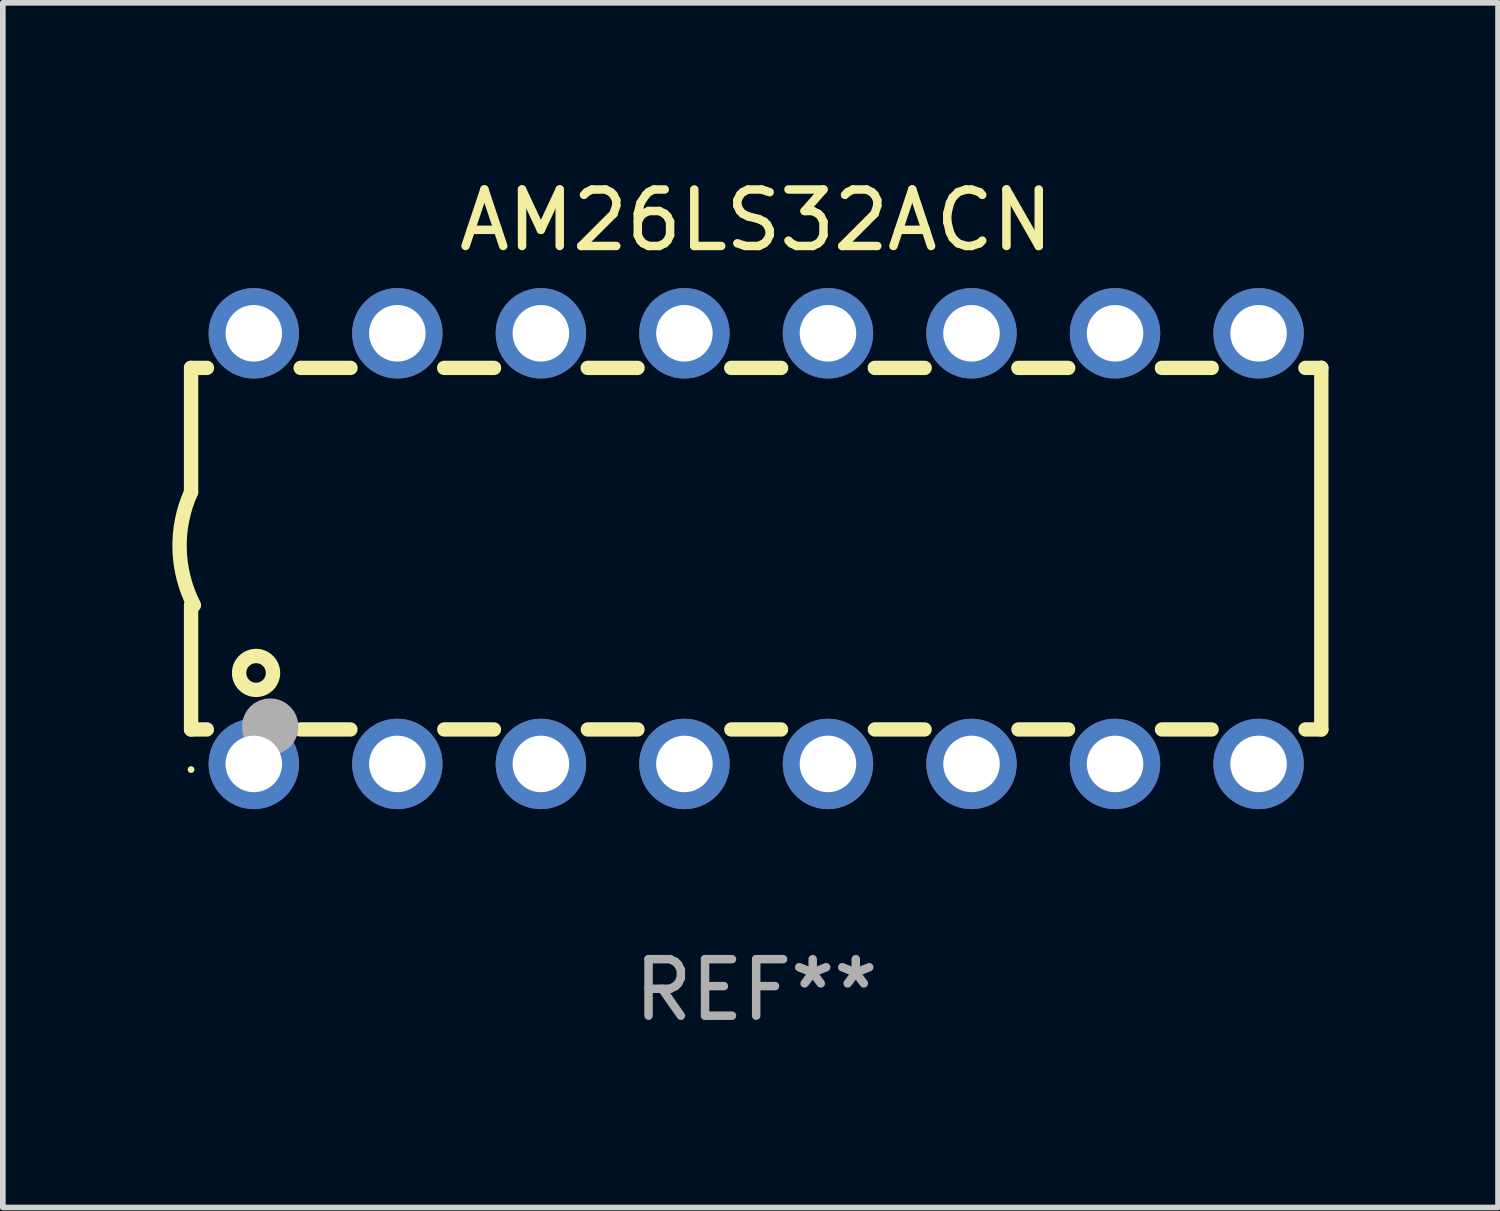
<source format=kicad_pcb>
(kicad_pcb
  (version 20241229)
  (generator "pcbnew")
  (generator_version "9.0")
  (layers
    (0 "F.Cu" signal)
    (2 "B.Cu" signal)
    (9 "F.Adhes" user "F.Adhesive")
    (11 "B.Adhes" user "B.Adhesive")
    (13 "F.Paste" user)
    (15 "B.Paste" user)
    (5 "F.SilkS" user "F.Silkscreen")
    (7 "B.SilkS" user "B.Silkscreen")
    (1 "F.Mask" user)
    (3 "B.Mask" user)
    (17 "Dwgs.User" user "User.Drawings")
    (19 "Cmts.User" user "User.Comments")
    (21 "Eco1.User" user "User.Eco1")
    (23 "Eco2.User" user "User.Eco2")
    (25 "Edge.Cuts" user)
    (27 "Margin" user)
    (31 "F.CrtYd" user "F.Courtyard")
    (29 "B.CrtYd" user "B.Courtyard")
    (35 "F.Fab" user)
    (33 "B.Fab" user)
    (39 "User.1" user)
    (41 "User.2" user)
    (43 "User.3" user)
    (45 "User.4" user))
  (footprint "AM26LS32ACN"
    (layer "F.Cu")
    (at 10.331 6.658)
    (property "Reference" "AM26LS32ACN" (at 0 -5.81 0) (layer "F.SilkS") (effects (font (size 1 1) (thickness 0.15))))
    (attr through_hole)
    (fp_line (start -10 -3.198) (end -9.719 -3.198) (stroke (width 0.254) (type solid)) (layer "F.SilkS"))
    (fp_line (start -10 -0.998) (end -10 -3.198) (stroke (width 0.254) (type solid)) (layer "F.SilkS"))
    (fp_line (start -10 3.2) (end -10 1) (stroke (width 0.254) (type solid)) (layer "F.SilkS"))
    (fp_line (start -10 3.2) (end -9.721 3.2) (stroke (width 0.254) (type solid)) (layer "F.SilkS"))
    (fp_line (start -8.061 -3.198) (end -7.179 -3.198) (stroke (width 0.254) (type solid)) (layer "F.SilkS"))
    (fp_line (start -8.059 3.2) (end -7.181 3.2) (stroke (width 0.254) (type solid)) (layer "F.SilkS"))
    (fp_line (start -5.521 -3.198) (end -4.639 -3.198) (stroke (width 0.254) (type solid)) (layer "F.SilkS"))
    (fp_line (start -5.519 3.2) (end -4.641 3.2) (stroke (width 0.254) (type solid)) (layer "F.SilkS"))
    (fp_line (start -2.981 -3.198) (end -2.099 -3.198) (stroke (width 0.254) (type solid)) (layer "F.SilkS"))
    (fp_line (start -2.979 3.2) (end -2.101 3.2) (stroke (width 0.254) (type solid)) (layer "F.SilkS"))
    (fp_line (start -0.441 -3.198) (end 0.441 -3.198) (stroke (width 0.254) (type solid)) (layer "F.SilkS"))
    (fp_line (start -0.439 3.2) (end 0.439 3.2) (stroke (width 0.254) (type solid)) (layer "F.SilkS"))
    (fp_line (start 2.099 -3.198) (end 2.981 -3.198) (stroke (width 0.254) (type solid)) (layer "F.SilkS"))
    (fp_line (start 2.101 3.2) (end 2.979 3.2) (stroke (width 0.254) (type solid)) (layer "F.SilkS"))
    (fp_line (start 4.639 -3.198) (end 5.521 -3.198) (stroke (width 0.254) (type solid)) (layer "F.SilkS"))
    (fp_line (start 4.641 3.2) (end 5.519 3.2) (stroke (width 0.254) (type solid)) (layer "F.SilkS"))
    (fp_line (start 7.179 -3.198) (end 8.061 -3.198) (stroke (width 0.254) (type solid)) (layer "F.SilkS"))
    (fp_line (start 7.181 3.2) (end 8.059 3.2) (stroke (width 0.254) (type solid)) (layer "F.SilkS"))
    (fp_line (start 9.719 -3.198) (end 10 -3.198) (stroke (width 0.254) (type solid)) (layer "F.SilkS"))
    (fp_line (start 9.721 3.2) (end 10 3.2) (stroke (width 0.254) (type solid)) (layer "F.SilkS"))
    (fp_line (start 10 3.2) (end 10 -3.2) (stroke (width 0.254) (type solid)) (layer "F.SilkS"))
    (fp_arc (start -9.949962 1) (mid -10.203153 0.005709) (end -10 -1) (stroke (width 0.254001) (type solid)) (layer "F.SilkS"))
    (fp_circle (center -10 3.91) (end -9.97 3.91) (stroke (width 0.06) (type solid)) (fill no) (layer "F.SilkS"))
    (fp_circle (center -8.85 2.2) (end -8.55 2.2) (stroke (width 0.254) (type solid)) (fill no) (layer "F.SilkS"))
    (fp_circle (center -8.6 3.15) (end -8.35 3.15) (stroke (width 0.5) (type solid)) (fill no) (layer "F.Fab"))
    (fp_text user "REF**" (at 0 7.81 0) (layer "F.Fab") (effects (font (size 1 1) (thickness 0.15))))
    (pad "1" thru_hole circle (at -8.89 3.81) (size 1.6 1.6) (drill 1) (layers "*.Cu" "*.Mask"))
    (pad "2" thru_hole circle (at -6.35 3.81) (size 1.6 1.6) (drill 1) (layers "*.Cu" "*.Mask"))
    (pad "3" thru_hole circle (at -3.81 3.81) (size 1.6 1.6) (drill 1) (layers "*.Cu" "*.Mask"))
    (pad "4" thru_hole circle (at -1.27 3.81) (size 1.6 1.6) (drill 1) (layers "*.Cu" "*.Mask"))
    (pad "5" thru_hole circle (at 1.27 3.81) (size 1.6 1.6) (drill 1) (layers "*.Cu" "*.Mask"))
    (pad "6" thru_hole circle (at 3.81 3.81) (size 1.6 1.6) (drill 1) (layers "*.Cu" "*.Mask"))
    (pad "7" thru_hole circle (at 6.35 3.81) (size 1.6 1.6) (drill 1) (layers "*.Cu" "*.Mask"))
    (pad "8" thru_hole circle (at 8.89 3.81) (size 1.6 1.6) (drill 1) (layers "*.Cu" "*.Mask"))
    (pad "9" thru_hole circle (at 8.89 -3.81) (size 1.6 1.6) (drill 1) (layers "*.Cu" "*.Mask"))
    (pad "10" thru_hole circle (at 6.35 -3.81) (size 1.6 1.6) (drill 1) (layers "*.Cu" "*.Mask"))
    (pad "11" thru_hole circle (at 3.81 -3.81) (size 1.6 1.6) (drill 1) (layers "*.Cu" "*.Mask"))
    (pad "12" thru_hole circle (at 1.27 -3.81) (size 1.6 1.6) (drill 1) (layers "*.Cu" "*.Mask"))
    (pad "13" thru_hole circle (at -1.27 -3.81) (size 1.6 1.6) (drill 1) (layers "*.Cu" "*.Mask"))
    (pad "14" thru_hole circle (at -3.81 -3.81) (size 1.6 1.6) (drill 1) (layers "*.Cu" "*.Mask"))
    (pad "15" thru_hole circle (at -6.35 -3.81) (size 1.6 1.6) (drill 1) (layers "*.Cu" "*.Mask"))
    (pad "16" thru_hole circle (at -8.89 -3.81) (size 1.6 1.6) (drill 1) (layers "*.Cu" "*.Mask")))
  (gr_rect
    (start -3 -3)
    (end 23.458 18.317)
    (stroke (width 0.1) (type default))
    (fill no)
    (layer "Edge.Cuts")))
</source>
